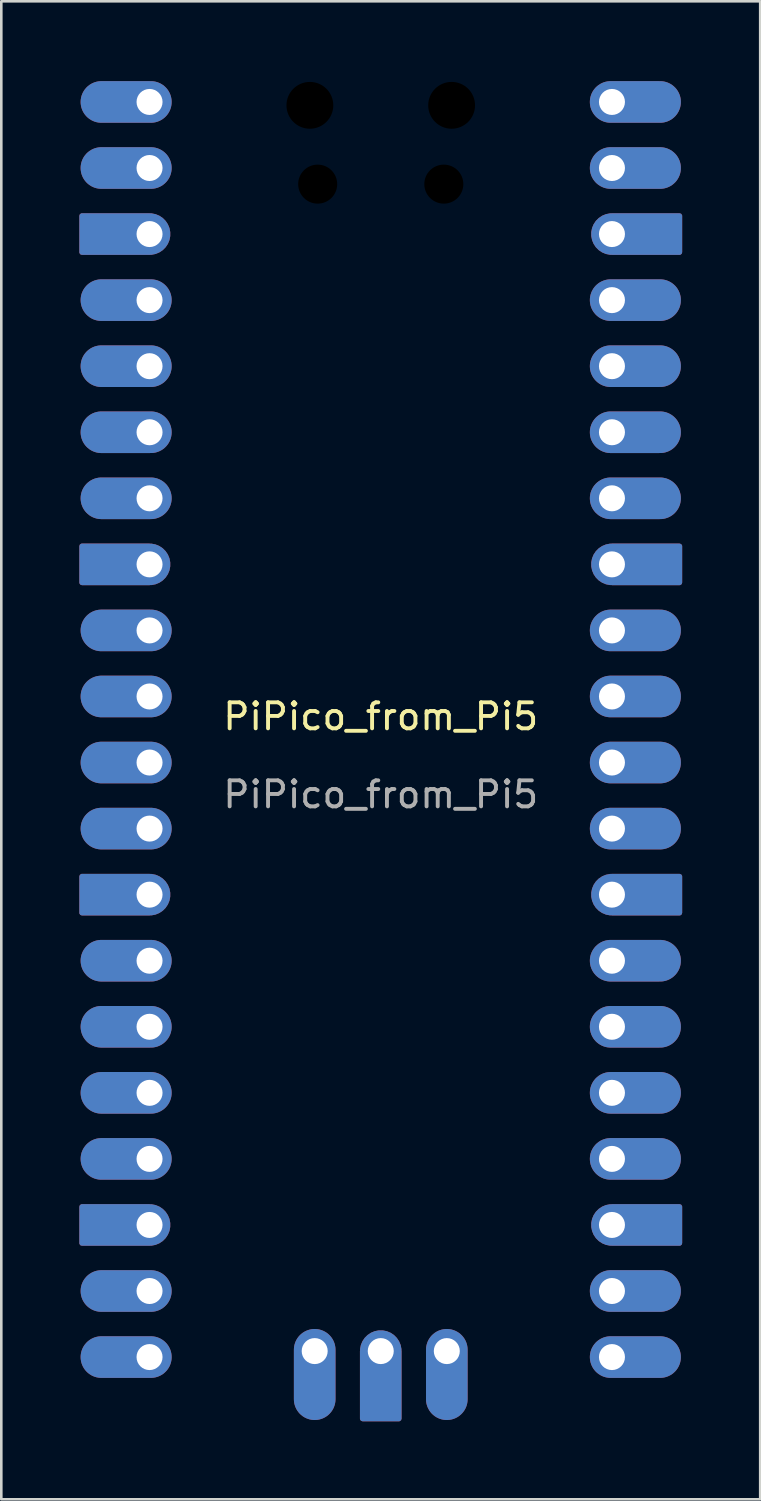
<source format=kicad_pcb>
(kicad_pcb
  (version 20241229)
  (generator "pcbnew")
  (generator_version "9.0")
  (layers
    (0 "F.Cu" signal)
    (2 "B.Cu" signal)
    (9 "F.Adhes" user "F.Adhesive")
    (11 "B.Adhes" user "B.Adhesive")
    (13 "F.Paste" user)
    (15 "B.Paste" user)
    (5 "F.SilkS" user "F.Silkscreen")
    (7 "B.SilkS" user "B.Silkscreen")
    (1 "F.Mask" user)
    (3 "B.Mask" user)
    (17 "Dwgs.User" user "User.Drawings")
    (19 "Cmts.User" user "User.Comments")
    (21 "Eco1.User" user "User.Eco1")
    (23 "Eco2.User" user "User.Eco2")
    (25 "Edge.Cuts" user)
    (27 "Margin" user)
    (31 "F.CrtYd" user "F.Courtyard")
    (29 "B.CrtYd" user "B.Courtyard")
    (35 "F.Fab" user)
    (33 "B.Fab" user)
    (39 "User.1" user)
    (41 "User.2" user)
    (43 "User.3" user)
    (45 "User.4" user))
  (footprint "PiPico_from_Pi5"
    (layer "F.Cu")
    (at 11.59 25)
    (property "Reference" "PiPico_from_Pi5" (at 0 -0.5 0) (unlocked yes) (layer "F.SilkS") (effects (font (size 1 1) (thickness 0.15))))
    (attr through_hole)
    (fp_text user "${REFERENCE}" (at 0 2.5 0) (unlocked yes) (layer "F.Fab") (effects (font (size 1 1) (thickness 0.15))))
    (pad "" np_thru_hole oval (at -2.725 -24) (size 1.8 1.8) (drill 1.8) (layers "*.Mask"))
    (pad "" np_thru_hole oval (at -2.425 -20.97) (size 1.5 1.5) (drill 1.5) (layers "*.Mask"))
    (pad "" np_thru_hole oval (at 2.425 -20.97) (size 1.5 1.5) (drill 1.5) (layers "*.Mask"))
    (pad "" np_thru_hole oval (at 2.725 -24) (size 1.8 1.8) (drill 1.8) (layers "*.Mask"))
    (pad "1" thru_hole oval (at -8.89 -24.13) (size 3.5 1.6) (drill 1 (offset -0.9 0)) (layers "*.Cu" "*.Mask"))
    (pad "2" thru_hole oval (at -8.89 -21.59) (size 3.5 1.6) (drill 1 (offset -0.9 0)) (layers "*.Cu" "*.Mask"))
    (pad "3" thru_hole custom (at -8.89 -19.05) (size 1.6 1.6) (drill 1) (layers "*.Cu" "*.Mask") (options (anchor circle)) (primitives (gr_poly (pts (xy -2.6 -0.7) (xy 0 -0.7) (xy 0 0.7) (xy -2.6 0.7)) (width 0.2) (fill yes))))
    (pad "4" thru_hole oval (at -8.89 -16.51) (size 3.5 1.6) (drill 1 (offset -0.9 0)) (layers "*.Cu" "*.Mask"))
    (pad "5" thru_hole oval (at -8.89 -13.97) (size 3.5 1.6) (drill 1 (offset -0.9 0)) (layers "*.Cu" "*.Mask"))
    (pad "6" thru_hole oval (at -8.89 -11.43) (size 3.5 1.6) (drill 1 (offset -0.9 0)) (layers "*.Cu" "*.Mask"))
    (pad "7" thru_hole oval (at -8.89 -8.89) (size 3.5 1.6) (drill 1 (offset -0.9 0)) (layers "*.Cu" "*.Mask"))
    (pad "8" thru_hole custom (at -8.89 -6.35) (size 1.6 1.6) (drill 1) (layers "*.Cu" "*.Mask") (options (anchor circle)) (primitives (gr_poly (pts (xy -2.6 -0.7) (xy 0 -0.7) (xy 0 0.7) (xy -2.6 0.7)) (width 0.2) (fill yes))))
    (pad "9" thru_hole oval (at -8.89 -3.81) (size 3.5 1.6) (drill 1 (offset -0.9 0)) (layers "*.Cu" "*.Mask"))
    (pad "10" thru_hole oval (at -8.89 -1.27) (size 3.5 1.6) (drill 1 (offset -0.9 0)) (layers "*.Cu" "*.Mask"))
    (pad "11" thru_hole oval (at -8.89 1.27) (size 3.5 1.6) (drill 1 (offset -0.9 0)) (layers "*.Cu" "*.Mask"))
    (pad "12" thru_hole oval (at -8.89 3.81) (size 3.5 1.6) (drill 1 (offset -0.9 0)) (layers "*.Cu" "*.Mask"))
    (pad "13" thru_hole custom (at -8.89 6.35) (size 1.6 1.6) (drill 1) (layers "*.Cu" "*.Mask") (options (anchor circle)) (primitives (gr_poly (pts (xy -2.6 -0.7) (xy 0 -0.7) (xy 0 0.7) (xy -2.6 0.7)) (width 0.2) (fill yes))))
    (pad "14" thru_hole oval (at -8.89 8.89) (size 3.5 1.6) (drill 1 (offset -0.9 0)) (layers "*.Cu" "*.Mask"))
    (pad "15" thru_hole oval (at -8.89 11.43) (size 3.5 1.6) (drill 1 (offset -0.9 0)) (layers "*.Cu" "*.Mask"))
    (pad "16" thru_hole oval (at -8.89 13.97) (size 3.5 1.6) (drill 1 (offset -0.9 0)) (layers "*.Cu" "*.Mask"))
    (pad "17" thru_hole oval (at -8.89 16.51) (size 3.5 1.6) (drill 1 (offset -0.9 0)) (layers "*.Cu" "*.Mask"))
    (pad "18" thru_hole custom (at -8.89 19.05) (size 1.6 1.6) (drill 1) (layers "*.Cu" "*.Mask") (options (anchor circle)) (primitives (gr_poly (pts (xy -2.6 -0.7) (xy 0 -0.7) (xy 0 0.7) (xy -2.6 0.7)) (width 0.2) (fill yes))))
    (pad "19" thru_hole oval (at -8.89 21.59) (size 3.5 1.6) (drill 1 (offset -0.9 0)) (layers "*.Cu" "*.Mask"))
    (pad "20" thru_hole oval (at -8.89 24.13) (size 3.5 1.6) (drill 1 (offset -0.9 0)) (layers "*.Cu" "*.Mask"))
    (pad "21" thru_hole oval (at 8.89 24.13 180) (size 3.5 1.6) (drill 1 (offset -0.9 0)) (layers "*.Cu" "*.Mask"))
    (pad "22" thru_hole oval (at 8.89 21.59 180) (size 3.5 1.6) (drill 1 (offset -0.9 0)) (layers "*.Cu" "*.Mask"))
    (pad "23" thru_hole custom (at 8.89 19.05 180) (size 1.6 1.6) (drill 1) (layers "*.Cu" "*.Mask") (options (anchor circle)) (primitives (gr_poly (pts (xy -2.6 -0.7) (xy 0 -0.7) (xy 0 0.7) (xy -2.6 0.7)) (width 0.2) (fill yes))))
    (pad "24" thru_hole oval (at 8.89 16.51 180) (size 3.5 1.6) (drill 1 (offset -0.9 0)) (layers "*.Cu" "*.Mask"))
    (pad "25" thru_hole oval (at 8.89 13.97 180) (size 3.5 1.6) (drill 1 (offset -0.9 0)) (layers "*.Cu" "*.Mask"))
    (pad "26" thru_hole oval (at 8.89 11.43 180) (size 3.5 1.6) (drill 1 (offset -0.9 0)) (layers "*.Cu" "*.Mask"))
    (pad "27" thru_hole oval (at 8.89 8.89 180) (size 3.5 1.6) (drill 1 (offset -0.9 0)) (layers "*.Cu" "*.Mask"))
    (pad "28" thru_hole custom (at 8.89 6.35 180) (size 1.6 1.6) (drill 1) (layers "*.Cu" "*.Mask") (options (anchor circle)) (primitives (gr_poly (pts (xy -2.6 -0.7) (xy 0 -0.7) (xy 0 0.7) (xy -2.6 0.7)) (width 0.2) (fill yes))))
    (pad "29" thru_hole oval (at 8.89 3.81 180) (size 3.5 1.6) (drill 1 (offset -0.9 0)) (layers "*.Cu" "*.Mask"))
    (pad "30" thru_hole oval (at 8.89 1.27 180) (size 3.5 1.6) (drill 1 (offset -0.9 0)) (layers "*.Cu" "*.Mask"))
    (pad "31" thru_hole oval (at 8.89 -1.27 180) (size 3.5 1.6) (drill 1 (offset -0.9 0)) (layers "*.Cu" "*.Mask"))
    (pad "32" thru_hole oval (at 8.89 -3.81 180) (size 3.5 1.6) (drill 1 (offset -0.9 0)) (layers "*.Cu" "*.Mask"))
    (pad "33" thru_hole custom (at 8.89 -6.35 180) (size 1.6 1.6) (drill 1) (layers "*.Cu" "*.Mask") (options (anchor circle)) (primitives (gr_poly (pts (xy -2.6 -0.7) (xy 0 -0.7) (xy 0 0.7) (xy -2.6 0.7)) (width 0.2) (fill yes))))
    (pad "34" thru_hole oval (at 8.89 -8.89 180) (size 3.5 1.6) (drill 1 (offset -0.9 0)) (layers "*.Cu" "*.Mask"))
    (pad "35" thru_hole oval (at 8.89 -11.43 180) (size 3.5 1.6) (drill 1 (offset -0.9 0)) (layers "*.Cu" "*.Mask"))
    (pad "36" thru_hole oval (at 8.89 -13.97 180) (size 3.5 1.6) (drill 1 (offset -0.9 0)) (layers "*.Cu" "*.Mask"))
    (pad "37" thru_hole oval (at 8.89 -16.51 180) (size 3.5 1.6) (drill 1 (offset -0.9 0)) (layers "*.Cu" "*.Mask"))
    (pad "38" thru_hole custom (at 8.89 -19.05 180) (size 1.6 1.6) (drill 1) (layers "*.Cu" "*.Mask") (options (anchor circle)) (primitives (gr_poly (pts (xy -2.6 -0.7) (xy 0 -0.7) (xy 0 0.7) (xy -2.6 0.7)) (width 0.2) (fill yes))))
    (pad "39" thru_hole oval (at 8.89 -21.59 180) (size 3.5 1.6) (drill 1 (offset -0.9 0)) (layers "*.Cu" "*.Mask"))
    (pad "40" thru_hole oval (at 8.89 -24.13 180) (size 3.5 1.6) (drill 1 (offset -0.9 0)) (layers "*.Cu" "*.Mask"))
    (pad "41" thru_hole oval (at -2.54 23.9 90) (size 3.5 1.6) (drill 1 (offset -0.9 0)) (layers "*.Cu" "*.Mask"))
    (pad "42" thru_hole custom (at 0 23.9 90) (size 1.6 1.6) (drill 1) (layers "*.Cu" "*.Mask") (options (anchor circle)) (primitives (gr_poly (pts (xy -2.6 -0.7) (xy 0 -0.7) (xy 0 0.7) (xy -2.6 0.7)) (width 0.2) (fill yes))))
    (pad "43" thru_hole oval (at 2.54 23.9 90) (size 3.5 1.6) (drill 1 (offset -0.9 0)) (layers "*.Cu" "*.Mask"))
    (zone (net_name "") (layer "F.Cu") (hatch edge 0.508) (connect_pads) (min_thickness 0.254) (filled_areas_thickness no) (keepout (tracks not_allowed) (vias not_allowed) (pads not_allowed) (copperpour not_allowed) (footprints allowed)) (placement (enabled no)) (fill) (polygon (pts (xy 10.19 13.57) (xy 7.99 13.57) (xy 7.99 6.4) (xy 10.19 6.4))))
    (zone (net_name "") (layer "F.Cu") (hatch edge 0.508) (connect_pads) (min_thickness 0.254) (filled_areas_thickness no) (keepout (tracks not_allowed) (vias not_allowed) (pads not_allowed) (copperpour not_allowed) (footprints allowed)) (placement (enabled no)) (fill) (polygon (pts (xy 15.39 4.9) (xy 7.79 4.9) (xy 7.78 0) (xy 15.4 0)))))
  (gr_rect
    (start -3 -3)
    (end 26.18 54.6)
    (stroke (width 0.1) (type default))
    (fill no)
    (layer "Edge.Cuts")))
</source>
